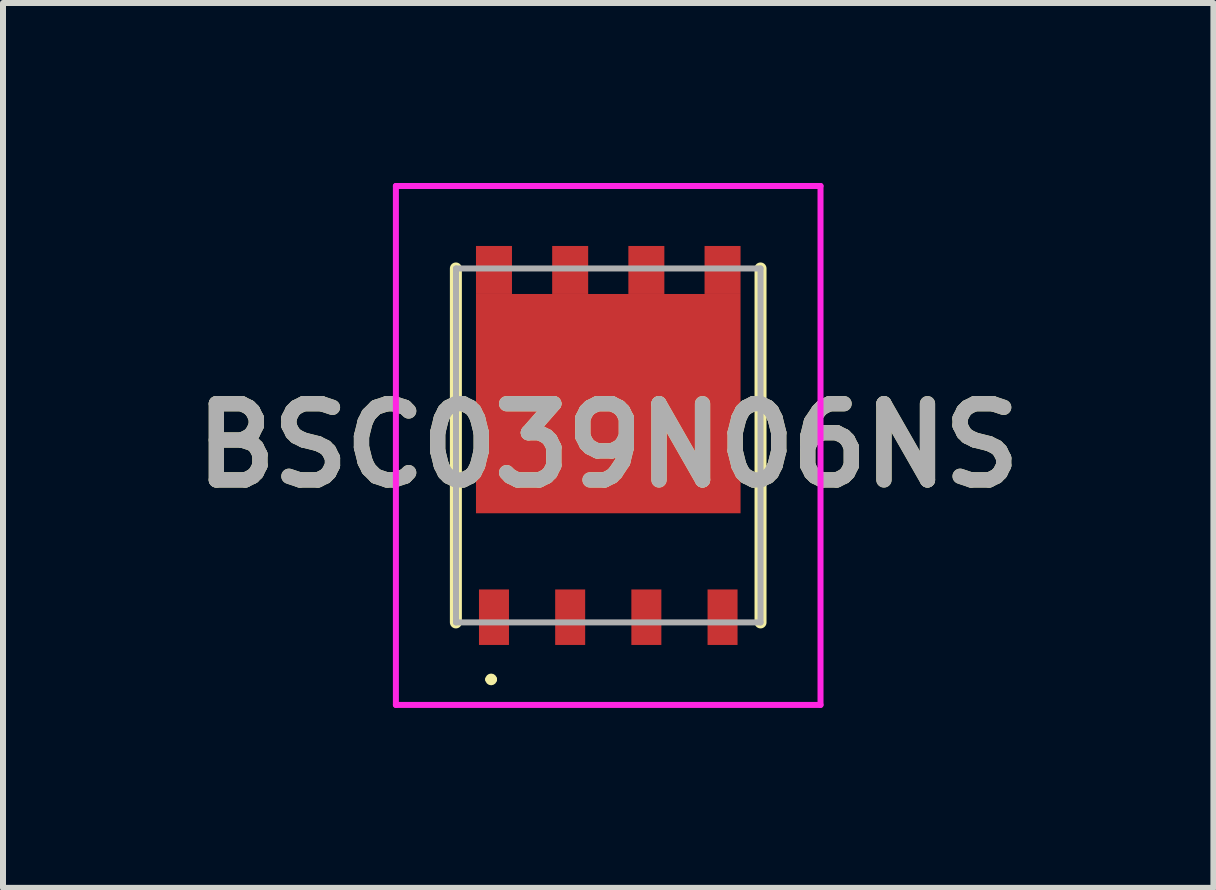
<source format=kicad_pcb>
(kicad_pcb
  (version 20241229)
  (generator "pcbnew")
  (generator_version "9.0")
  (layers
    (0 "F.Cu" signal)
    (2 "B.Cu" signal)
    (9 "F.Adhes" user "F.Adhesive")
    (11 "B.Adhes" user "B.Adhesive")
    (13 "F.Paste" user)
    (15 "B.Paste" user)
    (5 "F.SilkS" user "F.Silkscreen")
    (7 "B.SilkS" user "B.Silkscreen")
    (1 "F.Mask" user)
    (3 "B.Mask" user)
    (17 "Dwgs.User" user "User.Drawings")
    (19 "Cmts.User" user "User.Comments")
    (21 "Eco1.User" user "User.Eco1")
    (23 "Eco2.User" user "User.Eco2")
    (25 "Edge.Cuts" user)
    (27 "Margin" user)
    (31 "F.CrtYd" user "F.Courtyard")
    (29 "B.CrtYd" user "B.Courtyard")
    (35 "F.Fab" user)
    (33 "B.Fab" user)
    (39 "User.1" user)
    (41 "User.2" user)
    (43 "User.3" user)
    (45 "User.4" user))
  (footprint "BSC039N06NS"
    (layer "F.Cu")
    (at 7.089 4.375)
    (property "Reference" "BSC039N06NS" (at -0.001 0 0) (layer "F.SilkS") (effects (font (size 1.27 1.27) (thickness 0.254))))
    (attr smd)
    (fp_line (start -2.54 -2.95) (end -2.54 2.95) (stroke (width 0.2) (type solid)) (layer "F.SilkS"))
    (fp_line (start -2 3.9) (end -2 3.9) (stroke (width 0.1) (type solid)) (layer "F.SilkS"))
    (fp_line (start -1.905 3.9) (end -1.905 3.9) (stroke (width 0.1) (type solid)) (layer "F.SilkS"))
    (fp_line (start 2.538 -2.95) (end 2.538 2.95) (stroke (width 0.2) (type solid)) (layer "F.SilkS"))
    (fp_arc (start -2 3.9) (mid -1.9525 3.8525) (end -1.905 3.9) (stroke (width 0.1) (type solid)) (layer "F.SilkS"))
    (fp_arc (start -1.905 3.9) (mid -1.9525 3.9475) (end -2 3.9) (stroke (width 0.1) (type solid)) (layer "F.SilkS"))
    (fp_line (start -3.54 -4.325) (end 3.538 -4.325) (stroke (width 0.1) (type solid)) (layer "F.CrtYd"))
    (fp_line (start -3.54 4.325) (end -3.54 -4.325) (stroke (width 0.1) (type solid)) (layer "F.CrtYd"))
    (fp_line (start 3.538 -4.325) (end 3.538 4.325) (stroke (width 0.1) (type solid)) (layer "F.CrtYd"))
    (fp_line (start 3.538 4.325) (end -3.54 4.325) (stroke (width 0.1) (type solid)) (layer "F.CrtYd"))
    (fp_line (start -2.538 -2.95) (end 2.538 -2.95) (stroke (width 0.1) (type solid)) (layer "F.Fab"))
    (fp_line (start -2.538 2.95) (end -2.538 -2.95) (stroke (width 0.1) (type solid)) (layer "F.Fab"))
    (fp_line (start 2.538 -2.95) (end 2.538 2.95) (stroke (width 0.1) (type solid)) (layer "F.Fab"))
    (fp_line (start 2.538 2.95) (end -2.538 2.95) (stroke (width 0.1) (type solid)) (layer "F.Fab"))
    (fp_text user "${REFERENCE}" (at -0.001 0 0) (layer "F.Fab") (effects (font (size 1.27 1.27) (thickness 0.254))))
    (pad "1" smd rect (at -1.905 2.863) (size 0.5 0.925) (layers "F.Cu" "F.Mask" "F.Paste"))
    (pad "2" smd rect (at -0.635 2.863) (size 0.5 0.925) (layers "F.Cu" "F.Mask" "F.Paste"))
    (pad "3" smd rect (at 0.635 2.863) (size 0.5 0.925) (layers "F.Cu" "F.Mask" "F.Paste"))
    (pad "4" smd rect (at 1.905 2.863) (size 0.5 0.925) (layers "F.Cu" "F.Mask" "F.Paste"))
    (pad "5" smd rect (at 1.905 -2.925) (size 0.6 0.8) (layers "F.Cu" "F.Mask" "F.Paste"))
    (pad "6" smd rect (at 0.635 -2.925) (size 0.6 0.8) (layers "F.Cu" "F.Mask" "F.Paste"))
    (pad "7" smd rect (at -0.635 -2.925) (size 0.6 0.8) (layers "F.Cu" "F.Mask" "F.Paste"))
    (pad "8" smd rect (at -1.905 -2.925) (size 0.6 0.8) (layers "F.Cu" "F.Mask" "F.Paste"))
    (pad "9" smd rect (at 0 -0.697 90) (size 3.655 4.41) (layers "F.Cu" "F.Mask" "F.Paste")))
  (gr_rect
    (start -3 -3)
    (end 17.176 11.75)
    (stroke (width 0.1) (type default))
    (fill no)
    (layer "Edge.Cuts")))
</source>
